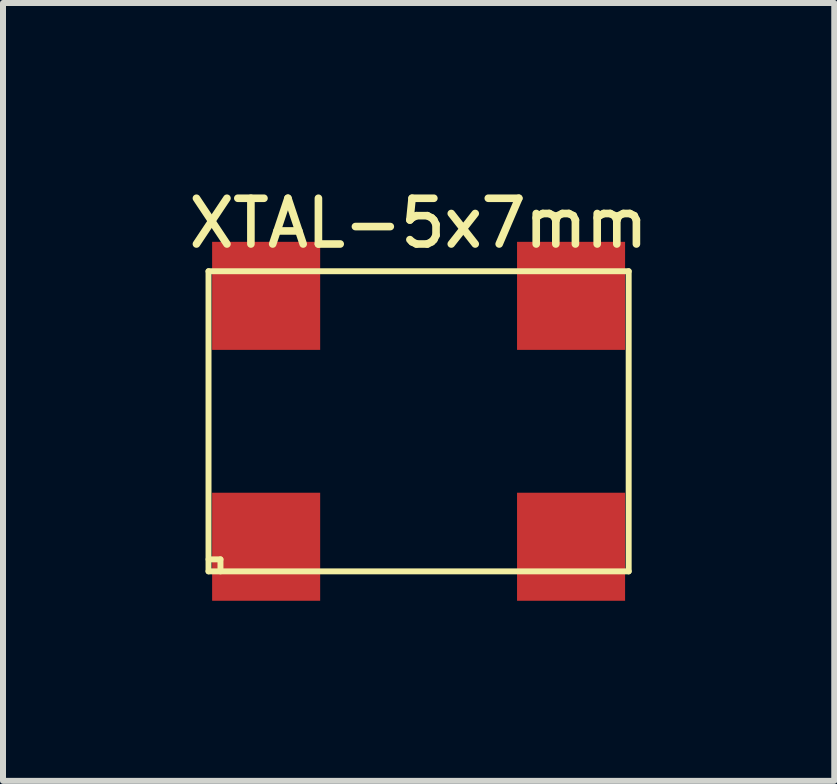
<source format=kicad_pcb>
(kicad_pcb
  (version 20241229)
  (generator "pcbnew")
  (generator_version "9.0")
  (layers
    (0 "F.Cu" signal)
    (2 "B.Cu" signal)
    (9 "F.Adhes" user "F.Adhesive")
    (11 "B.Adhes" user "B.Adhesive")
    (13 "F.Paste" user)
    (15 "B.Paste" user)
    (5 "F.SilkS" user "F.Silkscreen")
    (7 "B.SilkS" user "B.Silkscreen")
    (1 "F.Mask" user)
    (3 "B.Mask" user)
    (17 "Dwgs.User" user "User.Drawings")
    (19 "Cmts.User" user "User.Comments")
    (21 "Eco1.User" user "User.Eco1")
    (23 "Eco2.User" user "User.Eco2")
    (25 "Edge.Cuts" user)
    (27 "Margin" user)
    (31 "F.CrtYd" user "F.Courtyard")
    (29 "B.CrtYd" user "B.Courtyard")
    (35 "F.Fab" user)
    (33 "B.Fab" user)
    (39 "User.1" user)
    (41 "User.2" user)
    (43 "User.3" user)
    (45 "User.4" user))
  (footprint "XTAL-5x7mm"
    (layer "F.Cu")
    (at 3.924 3.969)
    (property "Reference" "XTAL-5x7mm" (at 0 -3.3 0) (layer "F.SilkS") (effects (font (size 0.762 0.762) (thickness 0.127))))
    (attr through_hole)
    (fp_line (start -3.5 -2.5) (end -3.5 2.5) (stroke (width 0.099) (type solid)) (layer "F.SilkS"))
    (fp_line (start -3.5 2.5) (end 3.5 2.5) (stroke (width 0.099) (type solid)) (layer "F.SilkS"))
    (fp_line (start -3.499 2.3) (end -3.301 2.3) (stroke (width 0.099) (type solid)) (layer "F.SilkS"))
    (fp_line (start -3.301 2.3) (end -3.301 2.5) (stroke (width 0.099) (type solid)) (layer "F.SilkS"))
    (fp_line (start 3.5 -2.5) (end -3.5 -2.5) (stroke (width 0.099) (type solid)) (layer "F.SilkS"))
    (fp_line (start 3.5 2.5) (end 3.5 -2.5) (stroke (width 0.099) (type solid)) (layer "F.SilkS"))
    (pad "1" smd trapezoid (at -2.54 2.09) (size 1.8 1.8) (layers "F.Cu" "F.Mask" "F.Paste"))
    (pad "2" smd rect (at 2.54 2.09) (size 1.8 1.8) (layers "F.Cu" "F.Mask" "F.Paste"))
    (pad "3" smd rect (at 2.54 -2.09) (size 1.8 1.8) (layers "F.Cu" "F.Mask" "F.Paste"))
    (pad "4" smd rect (at -2.54 -2.09) (size 1.8 1.8) (layers "F.Cu" "F.Mask" "F.Paste")))
  (gr_rect
    (start -3 -3)
    (end 10.849 9.959)
    (stroke (width 0.1) (type default))
    (fill no)
    (layer "Edge.Cuts")))
</source>
